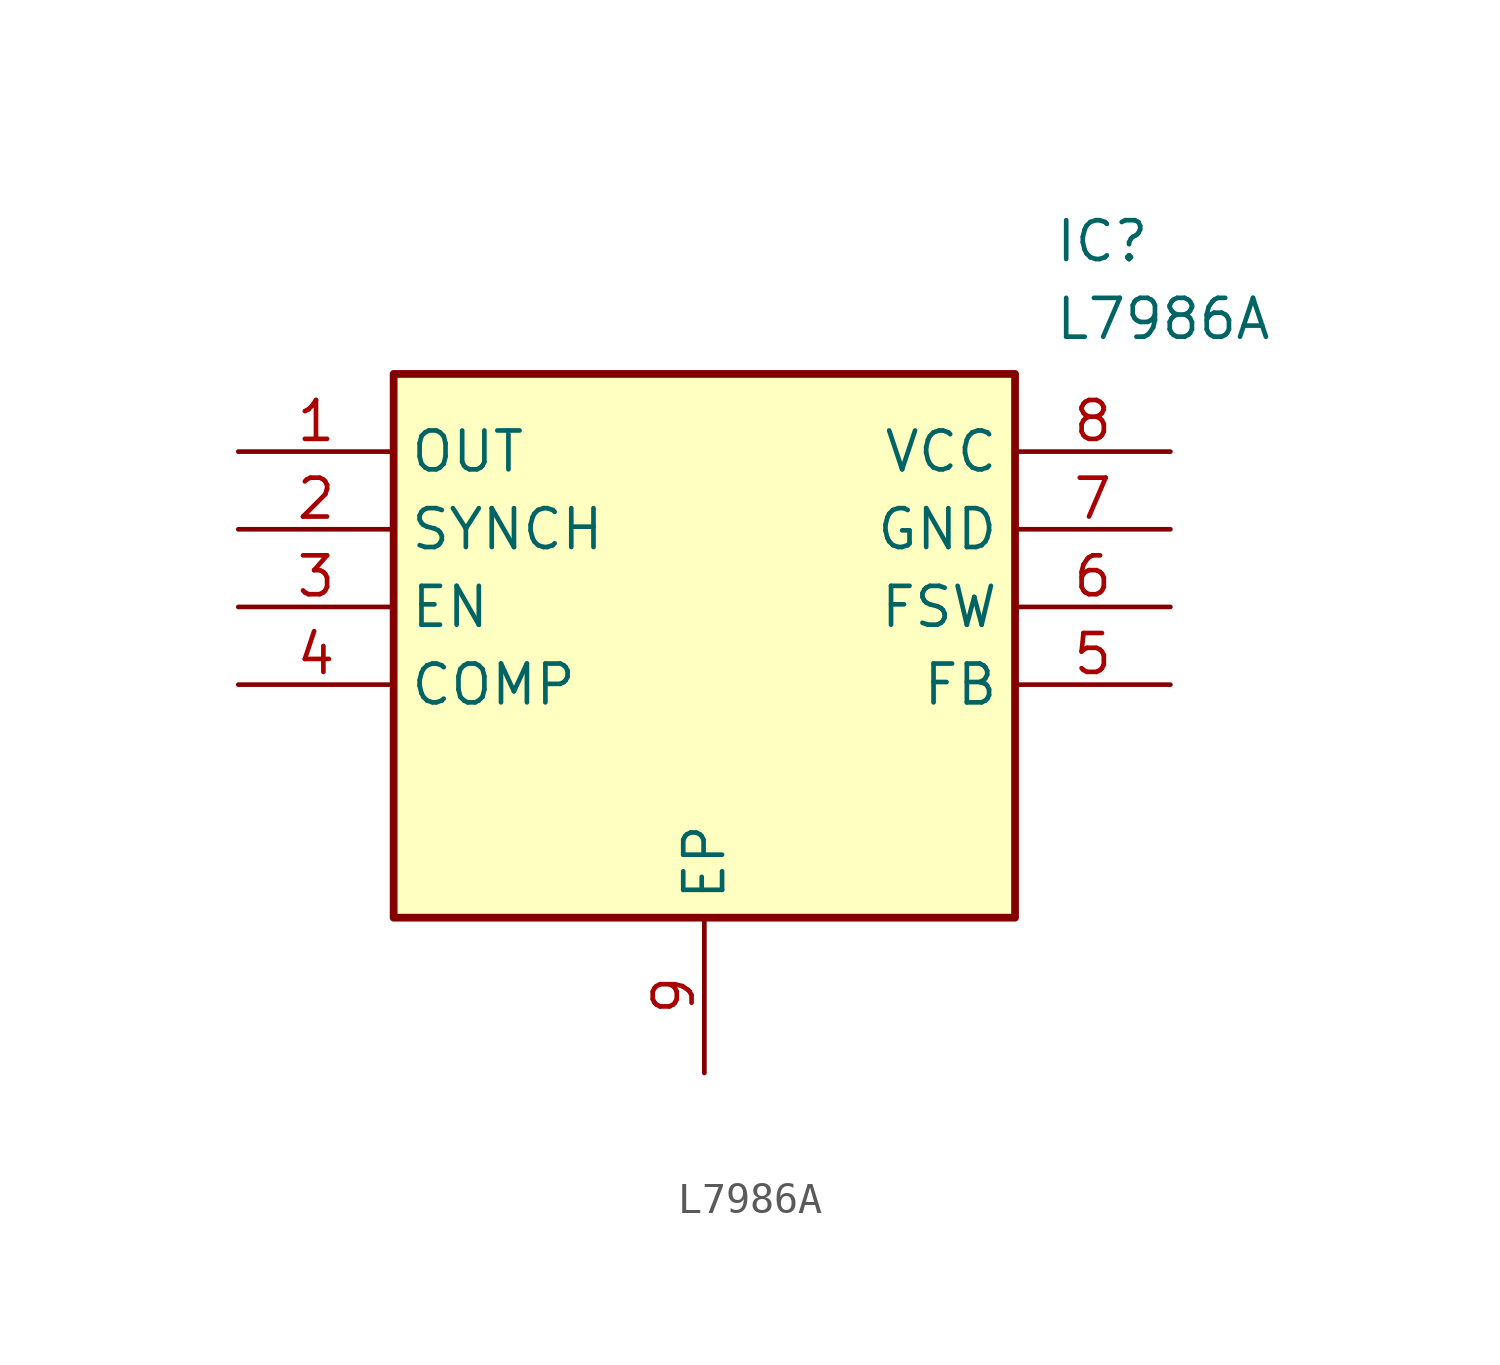
<source format=kicad_sym>
(kicad_symbol_lib
  (version 20211014)
  (generator SamacSys_ECAD_Model)
  (symbol "L7986A"
    (property "Reference" "IC"
      (at 26.67 7.62 0)
      (effects (font (size 1.27 1.27)) (justify left top)))
    (property "Value" "L7986A"
      (at 26.67 5.08 0)
      (effects (font (size 1.27 1.27)) (justify left top)))
    (rectangle
      (start 5.08 2.54)
      (end 25.4 -15.24)
      (stroke (width 0.254) (type default))
      (fill (type background)))
    (pin passive line
      (at 0 0 0)
      (length 5.08)
      (name "OUT" (effects (font (size 1.27 1.27))))
      (number "1" (effects (font (size 1.27 1.27)))))
    (pin passive line
      (at 0 -2.54 0)
      (length 5.08)
      (name "SYNCH" (effects (font (size 1.27 1.27))))
      (number "2" (effects (font (size 1.27 1.27)))))
    (pin passive line
      (at 0 -5.08 0)
      (length 5.08)
      (name "EN" (effects (font (size 1.27 1.27))))
      (number "3" (effects (font (size 1.27 1.27)))))
    (pin passive line
      (at 0 -7.62 0)
      (length 5.08)
      (name "COMP" (effects (font (size 1.27 1.27))))
      (number "4" (effects (font (size 1.27 1.27)))))
    (pin passive line
      (at 15.24 -20.32 90)
      (length 5.08)
      (name "EP" (effects (font (size 1.27 1.27))))
      (number "9" (effects (font (size 1.27 1.27)))))
    (pin passive line
      (at 30.48 0 180)
      (length 5.08)
      (name "VCC" (effects (font (size 1.27 1.27))))
      (number "8" (effects (font (size 1.27 1.27)))))
    (pin passive line
      (at 30.48 -2.54 180)
      (length 5.08)
      (name "GND" (effects (font (size 1.27 1.27))))
      (number "7" (effects (font (size 1.27 1.27)))))
    (pin passive line
      (at 30.48 -5.08 180)
      (length 5.08)
      (name "FSW" (effects (font (size 1.27 1.27))))
      (number "6" (effects (font (size 1.27 1.27)))))
    (pin passive line
      (at 30.48 -7.62 180)
      (length 5.08)
      (name "FB" (effects (font (size 1.27 1.27))))
      (number "5" (effects (font (size 1.27 1.27)))))))
</source>
